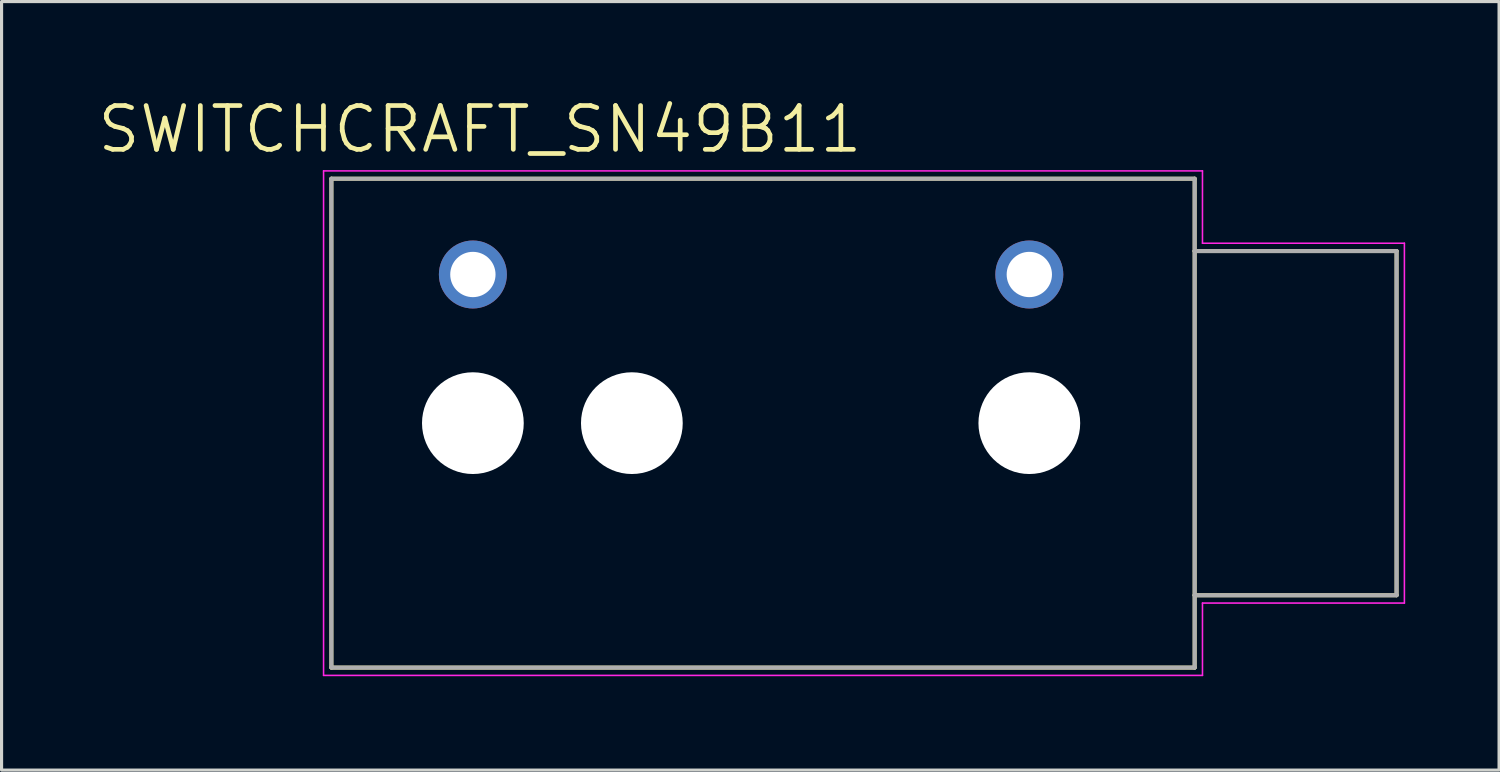
<source format=kicad_pcb>
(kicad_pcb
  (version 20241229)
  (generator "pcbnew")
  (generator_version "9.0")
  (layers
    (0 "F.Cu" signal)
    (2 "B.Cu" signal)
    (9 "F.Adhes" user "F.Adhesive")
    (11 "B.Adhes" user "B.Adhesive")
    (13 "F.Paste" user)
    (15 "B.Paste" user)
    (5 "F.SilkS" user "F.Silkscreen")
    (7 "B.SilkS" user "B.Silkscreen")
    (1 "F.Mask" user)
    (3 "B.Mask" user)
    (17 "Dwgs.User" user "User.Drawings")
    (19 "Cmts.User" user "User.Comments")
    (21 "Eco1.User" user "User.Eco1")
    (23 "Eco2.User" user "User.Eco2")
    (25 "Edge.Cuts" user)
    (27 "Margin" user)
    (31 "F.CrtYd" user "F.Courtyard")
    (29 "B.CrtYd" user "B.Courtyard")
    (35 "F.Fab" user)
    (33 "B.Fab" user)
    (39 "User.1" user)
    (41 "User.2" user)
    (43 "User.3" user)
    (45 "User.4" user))
  (footprint "SWITCHCRAFT_SN49B11"
    (layer "F.Cu")
    (at 24.557 10.471)
    (property "Reference" "SWITCHCRAFT_SN49B11" (at -12.272 -9.389 0) (layer "F.SilkS") (effects (font (size 1.4 1.4) (thickness 0.15))))
    (attr through_hole)
    (fp_circle (center -12.497 0) (end -11.557 0) (stroke (width 1.88) (type solid)) (fill no) (layer "F.Mask"))
    (fp_circle (center -7.417 0) (end -6.477 0) (stroke (width 1.88) (type solid)) (fill no) (layer "F.Mask"))
    (fp_circle (center 5.283 0) (end 6.223 0) (stroke (width 1.88) (type solid)) (fill no) (layer "F.Mask"))
    (fp_circle (center -12.497 0) (end -11.557 0) (stroke (width 1.88) (type solid)) (fill no) (layer "B.Mask"))
    (fp_circle (center -7.417 0) (end -6.477 0) (stroke (width 1.88) (type solid)) (fill no) (layer "B.Mask"))
    (fp_circle (center 5.283 0) (end 6.223 0) (stroke (width 1.88) (type solid)) (fill no) (layer "B.Mask"))
    (fp_line (start -17.018 -7.811) (end 10.566 -7.811) (stroke (width 0.127) (type solid)) (layer "F.SilkS"))
    (fp_line (start -17.018 7.811) (end -17.018 -7.811) (stroke (width 0.127) (type solid)) (layer "F.SilkS"))
    (fp_line (start 10.566 -7.811) (end 10.566 -5.499) (stroke (width 0.127) (type solid)) (layer "F.SilkS"))
    (fp_line (start 10.566 -5.499) (end 10.566 5.499) (stroke (width 0.127) (type solid)) (layer "F.SilkS"))
    (fp_line (start 10.566 -5.499) (end 17.018 -5.499) (stroke (width 0.127) (type solid)) (layer "F.SilkS"))
    (fp_line (start 10.566 5.499) (end 10.566 7.811) (stroke (width 0.127) (type solid)) (layer "F.SilkS"))
    (fp_line (start 10.566 7.811) (end -17.018 7.811) (stroke (width 0.127) (type solid)) (layer "F.SilkS"))
    (fp_line (start 17.018 -5.499) (end 17.018 5.499) (stroke (width 0.127) (type solid)) (layer "F.SilkS"))
    (fp_line (start 17.018 5.499) (end 10.566 5.499) (stroke (width 0.127) (type solid)) (layer "F.SilkS"))
    (fp_line (start -17.268 -8.06) (end -17.268 8.06) (stroke (width 0.05) (type solid)) (layer "F.CrtYd"))
    (fp_line (start -17.268 8.06) (end 10.816 8.06) (stroke (width 0.05) (type solid)) (layer "F.CrtYd"))
    (fp_line (start 10.816 -8.06) (end -17.268 -8.06) (stroke (width 0.05) (type solid)) (layer "F.CrtYd"))
    (fp_line (start 10.816 -5.749) (end 10.816 -8.06) (stroke (width 0.05) (type solid)) (layer "F.CrtYd"))
    (fp_line (start 10.816 5.749) (end 17.268 5.749) (stroke (width 0.05) (type solid)) (layer "F.CrtYd"))
    (fp_line (start 10.816 8.06) (end 10.816 5.749) (stroke (width 0.05) (type solid)) (layer "F.CrtYd"))
    (fp_line (start 17.268 -5.749) (end 10.816 -5.749) (stroke (width 0.05) (type solid)) (layer "F.CrtYd"))
    (fp_line (start 17.268 5.749) (end 17.268 -5.749) (stroke (width 0.05) (type solid)) (layer "F.CrtYd"))
    (fp_line (start -17.018 -7.811) (end 10.566 -7.811) (stroke (width 0.127) (type solid)) (layer "F.Fab"))
    (fp_line (start -17.018 7.811) (end -17.018 -7.811) (stroke (width 0.127) (type solid)) (layer "F.Fab"))
    (fp_line (start 10.566 -7.811) (end 10.566 -5.499) (stroke (width 0.127) (type solid)) (layer "F.Fab"))
    (fp_line (start 10.566 -5.499) (end 10.566 5.499) (stroke (width 0.127) (type solid)) (layer "F.Fab"))
    (fp_line (start 10.566 -5.499) (end 17.018 -5.499) (stroke (width 0.127) (type solid)) (layer "F.Fab"))
    (fp_line (start 10.566 5.499) (end 10.566 7.811) (stroke (width 0.127) (type solid)) (layer "F.Fab"))
    (fp_line (start 10.566 7.811) (end -17.018 7.811) (stroke (width 0.127) (type solid)) (layer "F.Fab"))
    (fp_line (start 17.018 -5.499) (end 17.018 5.499) (stroke (width 0.127) (type solid)) (layer "F.Fab"))
    (fp_line (start 17.018 5.499) (end 10.566 5.499) (stroke (width 0.127) (type solid)) (layer "F.Fab"))
    (pad "" np_thru_hole circle (at -12.497 0) (size 3.251 3.251) (drill 3.251) (layers "*.Cu" "*.Mask"))
    (pad "" np_thru_hole circle (at -7.417 0) (size 3.251 3.251) (drill 3.251) (layers "*.Cu" "*.Mask"))
    (pad "" np_thru_hole circle (at 5.283 0) (size 3.251 3.251) (drill 3.251) (layers "*.Cu" "*.Mask"))
    (pad "S" thru_hole circle (at 5.283 -4.75) (size 2.172 2.172) (drill 1.448) (layers "*.Cu" "*.Mask"))
    (pad "T" thru_hole circle (at -12.497 -4.75) (size 2.172 2.172) (drill 1.448) (layers "*.Cu" "*.Mask")))
  (gr_rect
    (start -3 -3)
    (end 44.85 21.557)
    (stroke (width 0.1) (type default))
    (fill no)
    (layer "Edge.Cuts")))
</source>
